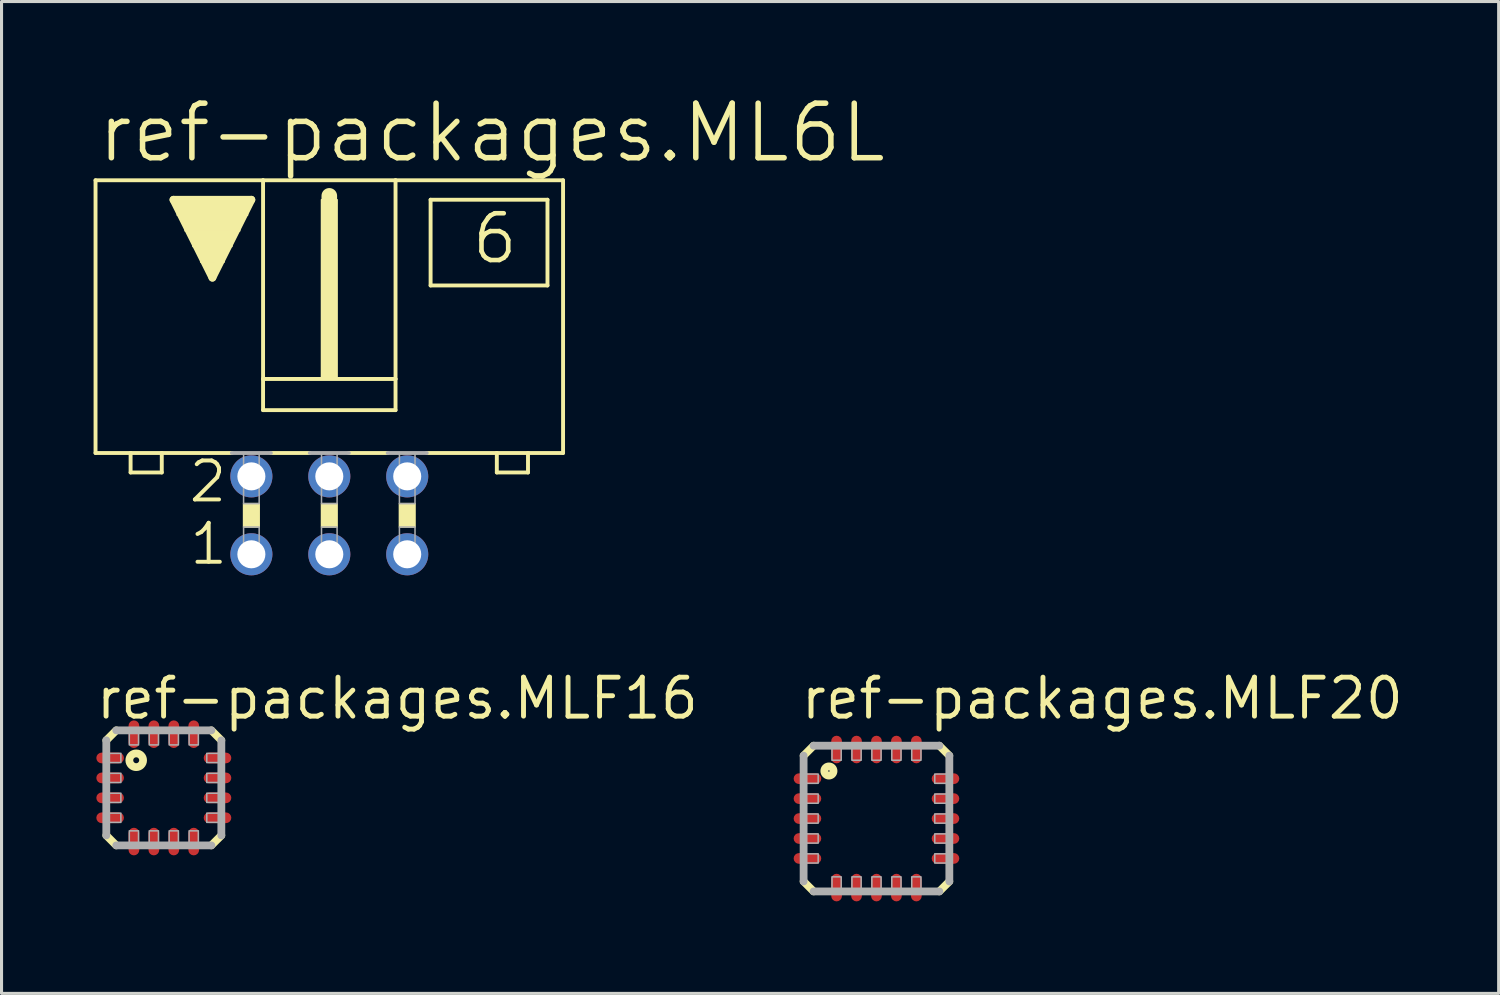
<source format=kicad_pcb>
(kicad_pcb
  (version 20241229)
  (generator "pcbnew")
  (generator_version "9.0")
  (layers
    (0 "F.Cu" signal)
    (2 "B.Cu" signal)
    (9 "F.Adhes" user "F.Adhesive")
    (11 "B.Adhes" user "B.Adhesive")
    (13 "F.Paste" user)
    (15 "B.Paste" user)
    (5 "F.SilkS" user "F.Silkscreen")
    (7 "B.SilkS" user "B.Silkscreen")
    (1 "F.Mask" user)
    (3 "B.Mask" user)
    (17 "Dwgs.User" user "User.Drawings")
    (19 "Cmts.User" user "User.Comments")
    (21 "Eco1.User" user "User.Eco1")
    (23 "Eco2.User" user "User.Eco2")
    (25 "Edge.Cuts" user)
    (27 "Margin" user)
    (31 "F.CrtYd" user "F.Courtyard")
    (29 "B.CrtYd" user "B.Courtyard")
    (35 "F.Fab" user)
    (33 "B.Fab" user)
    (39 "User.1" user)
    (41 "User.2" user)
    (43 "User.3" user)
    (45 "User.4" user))
  (footprint "ref-packages.MLF20"
    (layer "F.Cu")
    (at 25.52 23.632)
    (property "Reference" "ref-packages.MLF20" (at -2.54 -3.175 0) (layer "F.SilkS") (effects (font (size 1.27 1.27) (thickness 0.16)) (justify left bottom)))
    (attr smd)
    (fp_line (start -2.375 -2.05) (end -2.05 -2.375) (stroke (width 0.254) (type default)) (layer "F.SilkS"))
    (fp_line (start -2.05 2.375) (end -2.375 2.05) (stroke (width 0.254) (type default)) (layer "F.SilkS"))
    (fp_line (start 2.05 -2.375) (end 2.375 -2.05) (stroke (width 0.254) (type default)) (layer "F.SilkS"))
    (fp_line (start 2.375 2.05) (end 2.05 2.375) (stroke (width 0.254) (type default)) (layer "F.SilkS"))
    (fp_circle (center -1.55 -1.55) (end -1.4 -1.55) (stroke (width 0.254) (type default)) (fill no) (layer "F.SilkS"))
    (fp_line (start -2.375 2.05) (end -2.375 -2.05) (stroke (width 0.254) (type default)) (layer "F.Fab"))
    (fp_line (start -2.05 -2.375) (end 2.05 -2.375) (stroke (width 0.254) (type default)) (layer "F.Fab"))
    (fp_line (start 2.05 2.375) (end -2.05 2.375) (stroke (width 0.254) (type default)) (layer "F.Fab"))
    (fp_line (start 2.375 -2.05) (end 2.375 2.05) (stroke (width 0.254) (type default)) (layer "F.Fab"))
    (fp_rect (start -2.35 -1.15) (end -1.9 -1.45) (stroke (width 0.05) (type default)) (fill no) (layer "F.Fab"))
    (fp_rect (start -2.35 -0.5) (end -1.9 -0.8) (stroke (width 0.05) (type default)) (fill no) (layer "F.Fab"))
    (fp_rect (start -2.35 0.15) (end -1.9 -0.15) (stroke (width 0.05) (type default)) (fill no) (layer "F.Fab"))
    (fp_rect (start -2.35 0.8) (end -1.9 0.5) (stroke (width 0.05) (type default)) (fill no) (layer "F.Fab"))
    (fp_rect (start -2.35 1.45) (end -1.9 1.15) (stroke (width 0.05) (type default)) (fill no) (layer "F.Fab"))
    (fp_rect (start -1.45 -1.9) (end -1.15 -2.35) (stroke (width 0.05) (type default)) (fill no) (layer "F.Fab"))
    (fp_rect (start -1.45 2.35) (end -1.15 1.9) (stroke (width 0.05) (type default)) (fill no) (layer "F.Fab"))
    (fp_rect (start -0.8 -1.9) (end -0.5 -2.35) (stroke (width 0.05) (type default)) (fill no) (layer "F.Fab"))
    (fp_rect (start -0.8 2.35) (end -0.5 1.9) (stroke (width 0.05) (type default)) (fill no) (layer "F.Fab"))
    (fp_rect (start -0.15 -1.9) (end 0.15 -2.35) (stroke (width 0.05) (type default)) (fill no) (layer "F.Fab"))
    (fp_rect (start -0.15 2.35) (end 0.15 1.9) (stroke (width 0.05) (type default)) (fill no) (layer "F.Fab"))
    (fp_rect (start 0.5 -1.9) (end 0.8 -2.35) (stroke (width 0.05) (type default)) (fill no) (layer "F.Fab"))
    (fp_rect (start 0.5 2.35) (end 0.8 1.9) (stroke (width 0.05) (type default)) (fill no) (layer "F.Fab"))
    (fp_rect (start 1.15 -1.9) (end 1.45 -2.35) (stroke (width 0.05) (type default)) (fill no) (layer "F.Fab"))
    (fp_rect (start 1.15 2.35) (end 1.45 1.9) (stroke (width 0.05) (type default)) (fill no) (layer "F.Fab"))
    (fp_rect (start 1.9 -1.15) (end 2.35 -1.45) (stroke (width 0.05) (type default)) (fill no) (layer "F.Fab"))
    (fp_rect (start 1.9 -0.5) (end 2.35 -0.8) (stroke (width 0.05) (type default)) (fill no) (layer "F.Fab"))
    (fp_rect (start 1.9 0.15) (end 2.35 -0.15) (stroke (width 0.05) (type default)) (fill no) (layer "F.Fab"))
    (fp_rect (start 1.9 0.8) (end 2.35 0.5) (stroke (width 0.05) (type default)) (fill no) (layer "F.Fab"))
    (fp_rect (start 1.9 1.45) (end 2.35 1.15) (stroke (width 0.05) (type default)) (fill no) (layer "F.Fab"))
    (pad "1" smd roundrect (at -2.25 -1.3) (size 0.9 0.35) (layers "F.Cu" "F.Mask" "F.Paste") (roundrect_rratio 0.5))
    (pad "2" smd roundrect (at -2.25 -0.65) (size 0.9 0.35) (layers "F.Cu" "F.Mask" "F.Paste") (roundrect_rratio 0.5))
    (pad "3" smd roundrect (at -2.25 0) (size 0.9 0.35) (layers "F.Cu" "F.Mask" "F.Paste") (roundrect_rratio 0.5))
    (pad "4" smd roundrect (at -2.25 0.65) (size 0.9 0.35) (layers "F.Cu" "F.Mask" "F.Paste") (roundrect_rratio 0.5))
    (pad "5" smd roundrect (at -2.25 1.3) (size 0.9 0.35) (layers "F.Cu" "F.Mask" "F.Paste") (roundrect_rratio 0.5))
    (pad "6" smd roundrect (at -1.3 2.25) (size 0.35 0.9) (layers "F.Cu" "F.Mask" "F.Paste") (roundrect_rratio 0.5))
    (pad "7" smd roundrect (at -0.65 2.25) (size 0.35 0.9) (layers "F.Cu" "F.Mask" "F.Paste") (roundrect_rratio 0.5))
    (pad "8" smd roundrect (at 0 2.25) (size 0.35 0.9) (layers "F.Cu" "F.Mask" "F.Paste") (roundrect_rratio 0.5))
    (pad "9" smd roundrect (at 0.65 2.25) (size 0.35 0.9) (layers "F.Cu" "F.Mask" "F.Paste") (roundrect_rratio 0.5))
    (pad "10" smd roundrect (at 1.3 2.25) (size 0.35 0.9) (layers "F.Cu" "F.Mask" "F.Paste") (roundrect_rratio 0.5))
    (pad "11" smd roundrect (at 2.25 1.3) (size 0.9 0.35) (layers "F.Cu" "F.Mask" "F.Paste") (roundrect_rratio 0.5))
    (pad "12" smd roundrect (at 2.25 0.65) (size 0.9 0.35) (layers "F.Cu" "F.Mask" "F.Paste") (roundrect_rratio 0.5))
    (pad "13" smd roundrect (at 2.25 0) (size 0.9 0.35) (layers "F.Cu" "F.Mask" "F.Paste") (roundrect_rratio 0.5))
    (pad "14" smd roundrect (at 2.25 -0.65) (size 0.9 0.35) (layers "F.Cu" "F.Mask" "F.Paste") (roundrect_rratio 0.5))
    (pad "15" smd roundrect (at 2.25 -1.3) (size 0.9 0.35) (layers "F.Cu" "F.Mask" "F.Paste") (roundrect_rratio 0.5))
    (pad "16" smd roundrect (at 1.3 -2.25) (size 0.35 0.9) (layers "F.Cu" "F.Mask" "F.Paste") (roundrect_rratio 0.5))
    (pad "17" smd roundrect (at 0.65 -2.25) (size 0.35 0.9) (layers "F.Cu" "F.Mask" "F.Paste") (roundrect_rratio 0.5))
    (pad "18" smd roundrect (at 0 -2.25) (size 0.35 0.9) (layers "F.Cu" "F.Mask" "F.Paste") (roundrect_rratio 0.5))
    (pad "19" smd roundrect (at -0.65 -2.25) (size 0.35 0.9) (layers "F.Cu" "F.Mask" "F.Paste") (roundrect_rratio 0.5))
    (pad "20" smd roundrect (at -1.3 -2.25) (size 0.35 0.9) (layers "F.Cu" "F.Mask" "F.Paste") (roundrect_rratio 0.5)))
  (footprint "ref-packages.MLF16"
    (layer "F.Cu")
    (at 2.29 22.632)
    (property "Reference" "ref-packages.MLF16" (at -2.29 -2.175 0) (layer "F.SilkS") (effects (font (size 1.27 1.27) (thickness 0.16)) (justify left bottom)))
    (attr smd)
    (fp_line (start -1.875 -1.55) (end -1.55 -1.875) (stroke (width 0.254) (type default)) (layer "F.SilkS"))
    (fp_line (start -1.55 1.875) (end -1.875 1.55) (stroke (width 0.254) (type default)) (layer "F.SilkS"))
    (fp_line (start 1.55 -1.875) (end 1.875 -1.55) (stroke (width 0.254) (type default)) (layer "F.SilkS"))
    (fp_line (start 1.875 1.55) (end 1.55 1.875) (stroke (width 0.254) (type default)) (layer "F.SilkS"))
    (fp_circle (center -0.9 -0.9) (end -0.676 -0.9) (stroke (width 0.254) (type default)) (fill no) (layer "F.SilkS"))
    (fp_line (start -1.875 1.55) (end -1.875 -1.55) (stroke (width 0.254) (type default)) (layer "F.Fab"))
    (fp_line (start -1.55 -1.875) (end 1.55 -1.875) (stroke (width 0.254) (type default)) (layer "F.Fab"))
    (fp_line (start 1.55 1.875) (end -1.55 1.875) (stroke (width 0.254) (type default)) (layer "F.Fab"))
    (fp_line (start 1.875 -1.55) (end 1.875 1.55) (stroke (width 0.254) (type default)) (layer "F.Fab"))
    (fp_rect (start -1.85 -0.825) (end -1.4 -1.125) (stroke (width 0.05) (type default)) (fill no) (layer "F.Fab"))
    (fp_rect (start -1.85 -0.175) (end -1.4 -0.475) (stroke (width 0.05) (type default)) (fill no) (layer "F.Fab"))
    (fp_rect (start -1.85 0.475) (end -1.4 0.175) (stroke (width 0.05) (type default)) (fill no) (layer "F.Fab"))
    (fp_rect (start -1.85 1.125) (end -1.4 0.825) (stroke (width 0.05) (type default)) (fill no) (layer "F.Fab"))
    (fp_rect (start -1.125 -1.4) (end -0.825 -1.85) (stroke (width 0.05) (type default)) (fill no) (layer "F.Fab"))
    (fp_rect (start -1.125 1.85) (end -0.825 1.4) (stroke (width 0.05) (type default)) (fill no) (layer "F.Fab"))
    (fp_rect (start -0.475 -1.4) (end -0.175 -1.85) (stroke (width 0.05) (type default)) (fill no) (layer "F.Fab"))
    (fp_rect (start -0.475 1.85) (end -0.175 1.4) (stroke (width 0.05) (type default)) (fill no) (layer "F.Fab"))
    (fp_rect (start 0.175 -1.4) (end 0.475 -1.85) (stroke (width 0.05) (type default)) (fill no) (layer "F.Fab"))
    (fp_rect (start 0.175 1.85) (end 0.475 1.4) (stroke (width 0.05) (type default)) (fill no) (layer "F.Fab"))
    (fp_rect (start 0.825 -1.4) (end 1.125 -1.85) (stroke (width 0.05) (type default)) (fill no) (layer "F.Fab"))
    (fp_rect (start 0.825 1.85) (end 1.125 1.4) (stroke (width 0.05) (type default)) (fill no) (layer "F.Fab"))
    (fp_rect (start 1.4 -0.825) (end 1.85 -1.125) (stroke (width 0.05) (type default)) (fill no) (layer "F.Fab"))
    (fp_rect (start 1.4 -0.175) (end 1.85 -0.475) (stroke (width 0.05) (type default)) (fill no) (layer "F.Fab"))
    (fp_rect (start 1.4 0.475) (end 1.85 0.175) (stroke (width 0.05) (type default)) (fill no) (layer "F.Fab"))
    (fp_rect (start 1.4 1.125) (end 1.85 0.825) (stroke (width 0.05) (type default)) (fill no) (layer "F.Fab"))
    (pad "1" smd roundrect (at -1.75 -0.975) (size 0.9 0.35) (layers "F.Cu" "F.Mask" "F.Paste") (roundrect_rratio 0.5))
    (pad "2" smd roundrect (at -1.75 -0.325) (size 0.9 0.35) (layers "F.Cu" "F.Mask" "F.Paste") (roundrect_rratio 0.5))
    (pad "3" smd roundrect (at -1.75 0.325) (size 0.9 0.35) (layers "F.Cu" "F.Mask" "F.Paste") (roundrect_rratio 0.5))
    (pad "4" smd roundrect (at -1.75 0.975) (size 0.9 0.35) (layers "F.Cu" "F.Mask" "F.Paste") (roundrect_rratio 0.5))
    (pad "5" smd roundrect (at -0.975 1.75) (size 0.35 0.9) (layers "F.Cu" "F.Mask" "F.Paste") (roundrect_rratio 0.5))
    (pad "6" smd roundrect (at -0.325 1.75) (size 0.35 0.9) (layers "F.Cu" "F.Mask" "F.Paste") (roundrect_rratio 0.5))
    (pad "7" smd roundrect (at 0.325 1.75) (size 0.35 0.9) (layers "F.Cu" "F.Mask" "F.Paste") (roundrect_rratio 0.5))
    (pad "8" smd roundrect (at 0.975 1.75) (size 0.35 0.9) (layers "F.Cu" "F.Mask" "F.Paste") (roundrect_rratio 0.5))
    (pad "9" smd roundrect (at 1.75 0.975) (size 0.9 0.35) (layers "F.Cu" "F.Mask" "F.Paste") (roundrect_rratio 0.5))
    (pad "10" smd roundrect (at 1.75 0.325) (size 0.9 0.35) (layers "F.Cu" "F.Mask" "F.Paste") (roundrect_rratio 0.5))
    (pad "11" smd roundrect (at 1.75 -0.325) (size 0.9 0.35) (layers "F.Cu" "F.Mask" "F.Paste") (roundrect_rratio 0.5))
    (pad "12" smd roundrect (at 1.75 -0.975) (size 0.9 0.35) (layers "F.Cu" "F.Mask" "F.Paste") (roundrect_rratio 0.5))
    (pad "13" smd roundrect (at 0.975 -1.75) (size 0.35 0.9) (layers "F.Cu" "F.Mask" "F.Paste") (roundrect_rratio 0.5))
    (pad "14" smd roundrect (at 0.325 -1.75) (size 0.35 0.9) (layers "F.Cu" "F.Mask" "F.Paste") (roundrect_rratio 0.5))
    (pad "15" smd roundrect (at -0.325 -1.75) (size 0.35 0.9) (layers "F.Cu" "F.Mask" "F.Paste") (roundrect_rratio 0.5))
    (pad "16" smd roundrect (at -0.975 -1.75) (size 0.35 0.9) (layers "F.Cu" "F.Mask" "F.Paste") (roundrect_rratio 0.5)))
  (footprint "ref-packages.ML6L"
    (layer "F.Cu")
    (at 7.684 13.748)
    (property "Reference" "ref-packages.ML6L" (at -7.645 -11.43 0) (layer "F.SilkS") (effects (font (size 1.778 1.778) (thickness 0.18)) (justify left bottom)))
    (attr through_hole)
    (fp_line (start -7.62 -10.922) (end -7.62 -2.032) (stroke (width 0.127) (type default)) (layer "F.SilkS"))
    (fp_line (start -7.62 -2.032) (end -6.477 -2.032) (stroke (width 0.127) (type default)) (layer "F.SilkS"))
    (fp_line (start -6.477 -2.032) (end -6.477 -1.397) (stroke (width 0.127) (type default)) (layer "F.SilkS"))
    (fp_line (start -6.477 -2.032) (end -5.461 -2.032) (stroke (width 0.127) (type default)) (layer "F.SilkS"))
    (fp_line (start -5.461 -2.032) (end -5.461 -1.397) (stroke (width 0.127) (type default)) (layer "F.SilkS"))
    (fp_line (start -5.461 -2.032) (end -3.175 -2.032) (stroke (width 0.127) (type default)) (layer "F.SilkS"))
    (fp_line (start -5.461 -1.397) (end -6.477 -1.397) (stroke (width 0.127) (type default)) (layer "F.SilkS"))
    (fp_line (start -5.08 -10.287) (end -2.54 -10.287) (stroke (width 0.254) (type default)) (layer "F.SilkS"))
    (fp_line (start -3.81 -7.747) (end -5.08 -10.287) (stroke (width 0.254) (type default)) (layer "F.SilkS"))
    (fp_line (start -2.54 -10.287) (end -3.81 -7.747) (stroke (width 0.254) (type default)) (layer "F.SilkS"))
    (fp_line (start -2.159 -10.922) (end -7.62 -10.922) (stroke (width 0.127) (type default)) (layer "F.SilkS"))
    (fp_line (start -2.159 -10.922) (end -2.159 -4.445) (stroke (width 0.127) (type default)) (layer "F.SilkS"))
    (fp_line (start -2.159 -10.922) (end 2.159 -10.922) (stroke (width 0.127) (type default)) (layer "F.SilkS"))
    (fp_line (start -2.159 -4.445) (end -2.159 -3.429) (stroke (width 0.127) (type default)) (layer "F.SilkS"))
    (fp_line (start -1.905 -2.032) (end -0.635 -2.032) (stroke (width 0.127) (type default)) (layer "F.SilkS"))
    (fp_line (start 0 -10.16) (end 0 -10.414) (stroke (width 0.508) (type default)) (layer "F.SilkS"))
    (fp_line (start 0.635 -2.032) (end 1.905 -2.032) (stroke (width 0.127) (type default)) (layer "F.SilkS"))
    (fp_line (start 2.159 -10.922) (end 2.159 -4.445) (stroke (width 0.127) (type default)) (layer "F.SilkS"))
    (fp_line (start 2.159 -10.922) (end 7.62 -10.922) (stroke (width 0.127) (type default)) (layer "F.SilkS"))
    (fp_line (start 2.159 -4.445) (end -2.159 -4.445) (stroke (width 0.127) (type default)) (layer "F.SilkS"))
    (fp_line (start 2.159 -4.445) (end 2.159 -3.429) (stroke (width 0.127) (type default)) (layer "F.SilkS"))
    (fp_line (start 2.159 -3.429) (end -2.159 -3.429) (stroke (width 0.127) (type default)) (layer "F.SilkS"))
    (fp_line (start 3.302 -10.287) (end 3.302 -7.493) (stroke (width 0.127) (type default)) (layer "F.SilkS"))
    (fp_line (start 3.302 -7.493) (end 7.112 -7.493) (stroke (width 0.127) (type default)) (layer "F.SilkS"))
    (fp_line (start 5.461 -2.032) (end 3.175 -2.032) (stroke (width 0.127) (type default)) (layer "F.SilkS"))
    (fp_line (start 5.461 -2.032) (end 5.461 -1.397) (stroke (width 0.127) (type default)) (layer "F.SilkS"))
    (fp_line (start 5.461 -1.397) (end 6.477 -1.397) (stroke (width 0.127) (type default)) (layer "F.SilkS"))
    (fp_line (start 6.477 -2.032) (end 5.461 -2.032) (stroke (width 0.127) (type default)) (layer "F.SilkS"))
    (fp_line (start 6.477 -2.032) (end 6.477 -1.397) (stroke (width 0.127) (type default)) (layer "F.SilkS"))
    (fp_line (start 7.112 -10.287) (end 3.302 -10.287) (stroke (width 0.127) (type default)) (layer "F.SilkS"))
    (fp_line (start 7.112 -10.287) (end 7.112 -7.493) (stroke (width 0.127) (type default)) (layer "F.SilkS"))
    (fp_line (start 7.62 -10.922) (end 7.62 -2.032) (stroke (width 0.127) (type default)) (layer "F.SilkS"))
    (fp_line (start 7.62 -2.032) (end 6.477 -2.032) (stroke (width 0.127) (type default)) (layer "F.SilkS"))
    (fp_rect (start -4.953 -9.779) (end -2.667 -10.287) (stroke (width 0.05) (type default)) (fill yes) (layer "F.SilkS"))
    (fp_rect (start -4.699 -9.271) (end -2.921 -9.779) (stroke (width 0.05) (type default)) (fill yes) (layer "F.SilkS"))
    (fp_rect (start -4.445 -8.763) (end -3.175 -9.271) (stroke (width 0.05) (type default)) (fill yes) (layer "F.SilkS"))
    (fp_rect (start -4.191 -8.255) (end -3.429 -8.763) (stroke (width 0.05) (type default)) (fill yes) (layer "F.SilkS"))
    (fp_rect (start -3.937 -8.001) (end -3.683 -8.255) (stroke (width 0.05) (type default)) (fill yes) (layer "F.SilkS"))
    (fp_rect (start -2.794 0.381) (end -2.286 -0.381) (stroke (width 0.05) (type default)) (fill yes) (layer "F.SilkS"))
    (fp_rect (start -0.254 -4.445) (end 0.254 -10.287) (stroke (width 0.05) (type default)) (fill yes) (layer "F.SilkS"))
    (fp_rect (start -0.254 0.381) (end 0.254 -0.381) (stroke (width 0.05) (type default)) (fill yes) (layer "F.SilkS"))
    (fp_rect (start 2.286 0.381) (end 2.794 -0.381) (stroke (width 0.05) (type default)) (fill yes) (layer "F.SilkS"))
    (fp_line (start -3.175 -2.032) (end -1.905 -2.032) (stroke (width 0.127) (type default)) (layer "F.Fab"))
    (fp_line (start -0.635 -2.032) (end 0.635 -2.032) (stroke (width 0.127) (type default)) (layer "F.Fab"))
    (fp_line (start 1.905 -2.032) (end 3.175 -2.032) (stroke (width 0.127) (type default)) (layer "F.Fab"))
    (fp_rect (start -2.794 -0.381) (end -2.286 -2.032) (stroke (width 0.05) (type default)) (fill no) (layer "F.Fab"))
    (fp_rect (start -2.794 1.524) (end -2.286 0.381) (stroke (width 0.05) (type default)) (fill no) (layer "F.Fab"))
    (fp_rect (start -0.254 -0.381) (end 0.254 -2.032) (stroke (width 0.05) (type default)) (fill no) (layer "F.Fab"))
    (fp_rect (start -0.254 1.524) (end 0.254 0.381) (stroke (width 0.05) (type default)) (fill no) (layer "F.Fab"))
    (fp_rect (start 2.286 -0.381) (end 2.794 -2.032) (stroke (width 0.05) (type default)) (fill no) (layer "F.Fab"))
    (fp_rect (start 2.286 1.524) (end 2.794 0.381) (stroke (width 0.05) (type default)) (fill no) (layer "F.Fab"))
    (fp_text user "2" (at -4.648 -0.356 0) (layer "F.SilkS") (effects (font (size 1.27 1.27) (thickness 0.13)) (justify left bottom)))
    (fp_text user "6" (at 4.572 -8.128 0) (layer "F.SilkS") (effects (font (size 1.524 1.524) (thickness 0.15)) (justify left bottom)))
    (fp_text user "1" (at -4.623 1.676 0) (layer "F.SilkS") (effects (font (size 1.27 1.27) (thickness 0.13)) (justify left bottom)))
    (pad "1" thru_hole circle (at -2.54 1.27) (size 1.372 1.372) (drill 0.914) (layers "*.Cu" "*.Mask"))
    (pad "2" thru_hole circle (at -2.54 -1.27) (size 1.372 1.372) (drill 0.914) (layers "*.Cu" "*.Mask"))
    (pad "3" thru_hole circle (at 0 1.27) (size 1.372 1.372) (drill 0.914) (layers "*.Cu" "*.Mask"))
    (pad "4" thru_hole circle (at 0 -1.27) (size 1.372 1.372) (drill 0.914) (layers "*.Cu" "*.Mask"))
    (pad "5" thru_hole circle (at 2.54 1.27) (size 1.372 1.372) (drill 0.914) (layers "*.Cu" "*.Mask"))
    (pad "6" thru_hole circle (at 2.54 -1.27) (size 1.372 1.372) (drill 0.914) (layers "*.Cu" "*.Mask")))
  (gr_rect
    (start -3 -3)
    (end 45.801 29.332)
    (stroke (width 0.1) (type default))
    (fill no)
    (layer "Edge.Cuts")))
</source>
